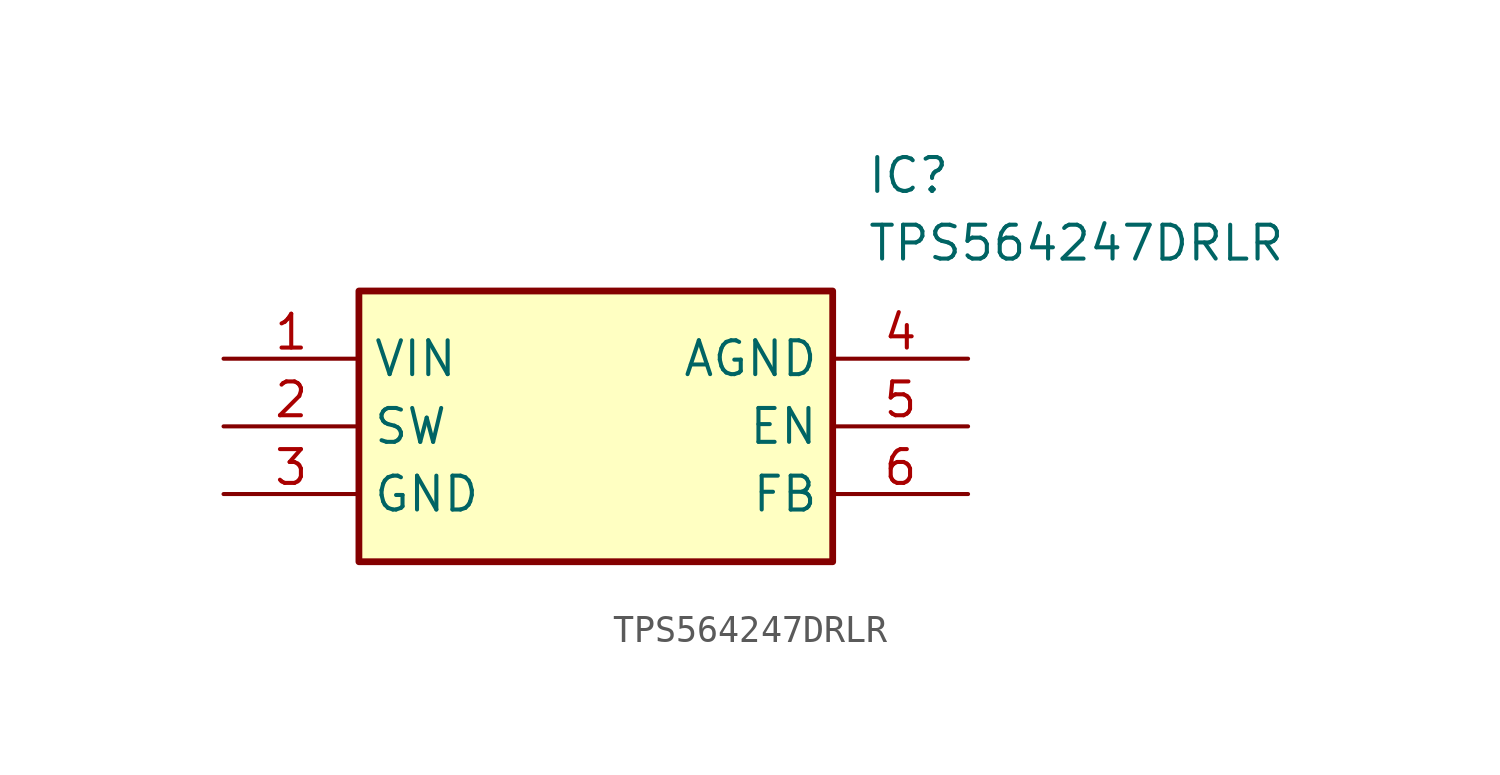
<source format=kicad_sym>
(kicad_symbol_lib
  (version 20211014)
  (generator SamacSys_ECAD_Model)
  (symbol "TPS564247DRLR"
    (property "Reference" "IC"
      (at 24.13 7.62 0)
      (effects (font (size 1.27 1.27)) (justify left top)))
    (property "Value" "TPS564247DRLR"
      (at 24.13 5.08 0)
      (effects (font (size 1.27 1.27)) (justify left top)))
    (rectangle
      (start 5.08 2.54)
      (end 22.86 -7.62)
      (stroke (width 0.254) (type default))
      (fill (type background)))
    (pin passive line
      (at 0 0 0)
      (length 5.08)
      (name "VIN" (effects (font (size 1.27 1.27))))
      (number "1" (effects (font (size 1.27 1.27)))))
    (pin passive line
      (at 0 -2.54 0)
      (length 5.08)
      (name "SW" (effects (font (size 1.27 1.27))))
      (number "2" (effects (font (size 1.27 1.27)))))
    (pin passive line
      (at 0 -5.08 0)
      (length 5.08)
      (name "GND" (effects (font (size 1.27 1.27))))
      (number "3" (effects (font (size 1.27 1.27)))))
    (pin passive line
      (at 27.94 0 180)
      (length 5.08)
      (name "AGND" (effects (font (size 1.27 1.27))))
      (number "4" (effects (font (size 1.27 1.27)))))
    (pin passive line
      (at 27.94 -2.54 180)
      (length 5.08)
      (name "EN" (effects (font (size 1.27 1.27))))
      (number "5" (effects (font (size 1.27 1.27)))))
    (pin passive line
      (at 27.94 -5.08 180)
      (length 5.08)
      (name "FB" (effects (font (size 1.27 1.27))))
      (number "6" (effects (font (size 1.27 1.27)))))))
</source>
